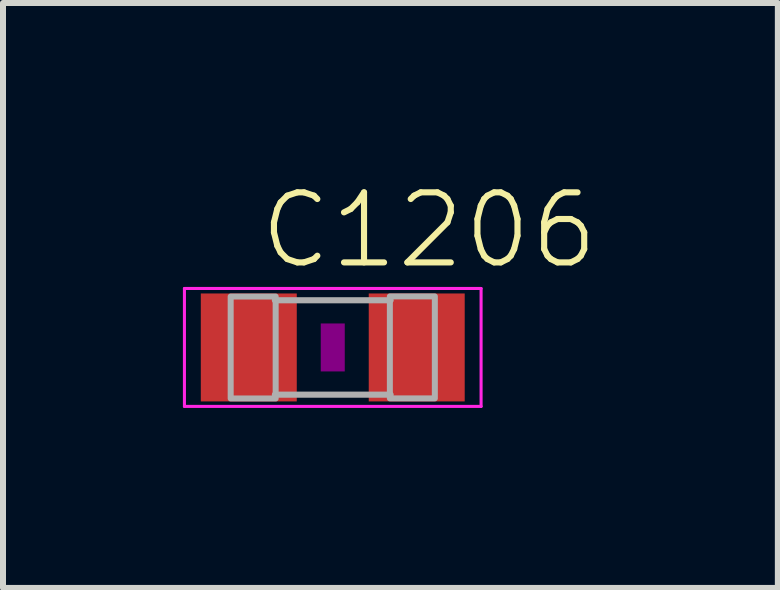
<source format=kicad_pcb>
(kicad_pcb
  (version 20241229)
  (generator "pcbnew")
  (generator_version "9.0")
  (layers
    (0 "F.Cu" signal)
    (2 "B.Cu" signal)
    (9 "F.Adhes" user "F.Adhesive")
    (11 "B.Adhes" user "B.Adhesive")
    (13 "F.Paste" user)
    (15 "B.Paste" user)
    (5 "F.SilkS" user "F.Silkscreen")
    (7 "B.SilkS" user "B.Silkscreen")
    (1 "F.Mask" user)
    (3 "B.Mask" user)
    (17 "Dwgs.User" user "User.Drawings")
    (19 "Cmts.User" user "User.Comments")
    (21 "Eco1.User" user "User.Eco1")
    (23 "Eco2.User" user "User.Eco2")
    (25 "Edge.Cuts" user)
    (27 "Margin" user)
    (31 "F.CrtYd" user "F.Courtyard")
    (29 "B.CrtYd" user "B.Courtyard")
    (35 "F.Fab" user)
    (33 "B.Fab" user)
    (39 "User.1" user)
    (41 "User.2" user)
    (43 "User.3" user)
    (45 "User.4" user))
  (footprint "C1206"
    (layer "F.Cu")
    (at 2.498 2.743)
    (property "Reference" "C1206" (at -1.27 -1.27 0) (layer "F.SilkS") (effects (font (size 1.168 1.168) (thickness 0.102)) (justify left bottom)))
    (fp_poly (pts (xy -0.2 0.4) (xy 0.2 0.4) (xy 0.2 -0.4) (xy -0.2 -0.4)) (stroke (width 0) (type solid)) (fill yes) (layer "F.Adhes"))
    (fp_line (start -2.473 -0.983) (end 2.473 -0.983) (stroke (width 0.051) (type solid)) (layer "F.CrtYd"))
    (fp_line (start -2.473 0.983) (end -2.473 -0.983) (stroke (width 0.051) (type solid)) (layer "F.CrtYd"))
    (fp_line (start 2.473 -0.983) (end 2.473 0.983) (stroke (width 0.051) (type solid)) (layer "F.CrtYd"))
    (fp_line (start 2.473 0.983) (end -2.473 0.983) (stroke (width 0.051) (type solid)) (layer "F.CrtYd"))
    (fp_line (start -0.965 -0.787) (end 0.965 -0.787) (stroke (width 0.102) (type solid)) (layer "F.Fab"))
    (fp_line (start -0.965 0.787) (end 0.965 0.787) (stroke (width 0.102) (type solid)) (layer "F.Fab"))
    (fp_poly (pts (xy -1.702 0.851) (xy -0.952 0.851) (xy -0.952 -0.849) (xy -1.702 -0.849)) (stroke (width 0.1) (type solid)) (fill no) (layer "F.Fab"))
    (fp_poly (pts (xy 0.952 0.849) (xy 1.702 0.849) (xy 1.702 -0.851) (xy 0.952 -0.851)) (stroke (width 0.1) (type solid)) (fill no) (layer "F.Fab"))
    (pad "1" smd rect (at -1.4 0) (size 1.6 1.8) (layers "F.Cu" "F.Mask" "F.Paste"))
    (pad "2" smd rect (at 1.4 0) (size 1.6 1.8) (layers "F.Cu" "F.Mask" "F.Paste")))
  (gr_rect
    (start -3 -3)
    (end 9.919 6.752)
    (stroke (width 0.1) (type default))
    (fill no)
    (layer "Edge.Cuts")))
</source>
